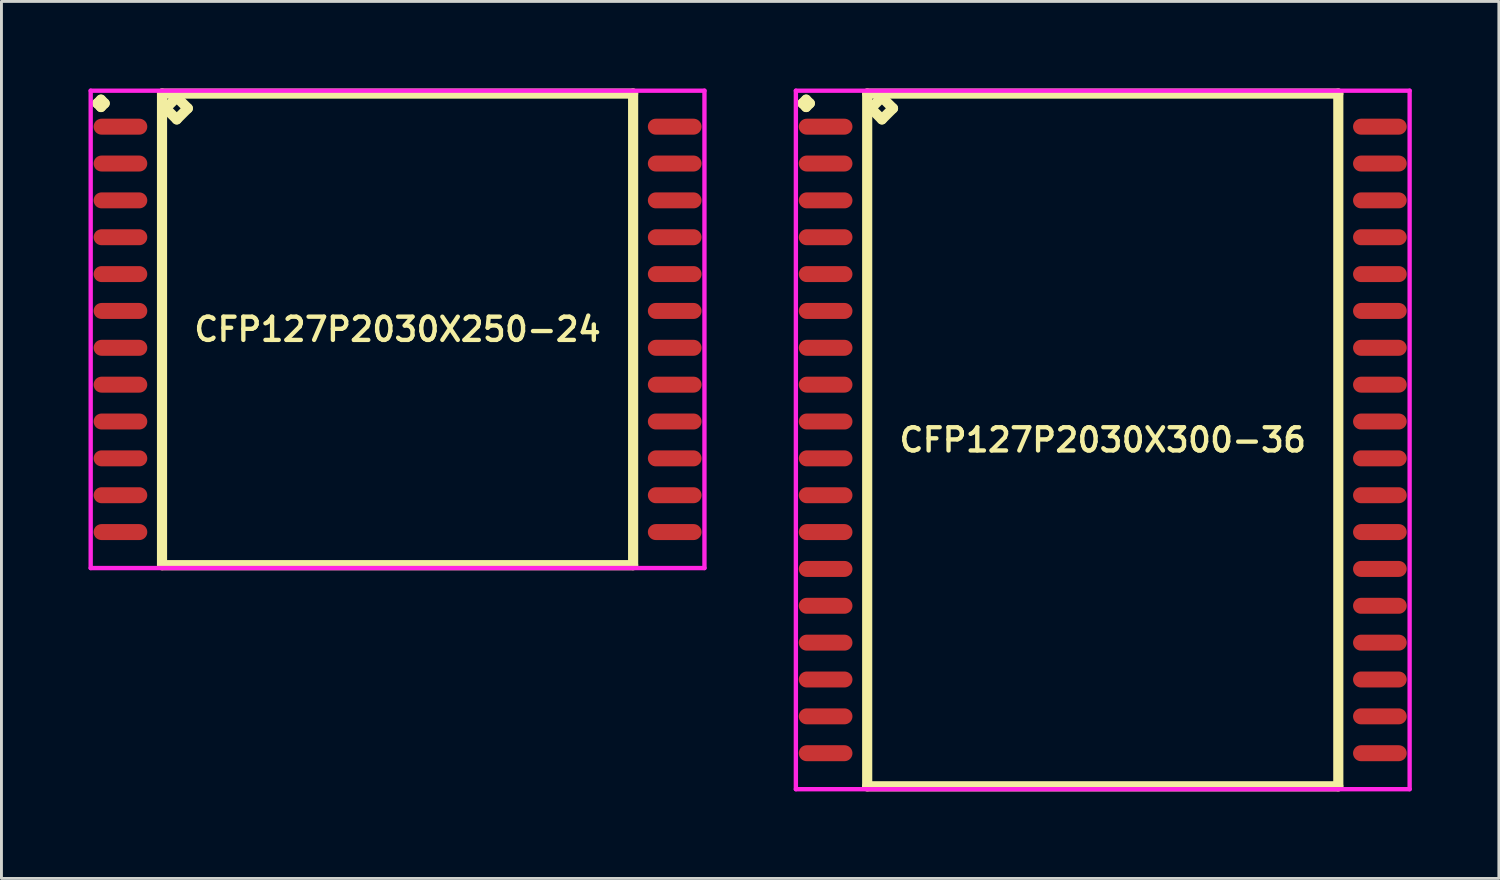
<source format=kicad_pcb>
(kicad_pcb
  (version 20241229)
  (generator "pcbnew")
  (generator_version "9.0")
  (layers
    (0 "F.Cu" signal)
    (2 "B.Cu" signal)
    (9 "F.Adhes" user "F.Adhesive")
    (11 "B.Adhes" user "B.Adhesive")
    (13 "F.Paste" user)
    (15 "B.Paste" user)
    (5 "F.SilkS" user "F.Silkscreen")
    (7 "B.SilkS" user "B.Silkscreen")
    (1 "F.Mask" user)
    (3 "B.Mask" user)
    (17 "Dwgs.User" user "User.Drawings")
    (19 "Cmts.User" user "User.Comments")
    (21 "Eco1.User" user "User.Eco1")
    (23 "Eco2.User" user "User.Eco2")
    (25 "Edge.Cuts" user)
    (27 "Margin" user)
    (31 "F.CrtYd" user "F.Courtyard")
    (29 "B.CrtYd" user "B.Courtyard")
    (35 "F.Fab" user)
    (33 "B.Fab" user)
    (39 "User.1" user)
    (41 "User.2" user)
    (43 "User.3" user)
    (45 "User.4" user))
  (footprint "CFP127P2030X300-36"
    (layer "F.Cu")
    (at 34.95 12.11)
    (property "Reference" "CFP127P2030X300-36" (at 0 0 0) (layer "F.SilkS") (effects (font (size 0.8 0.8) (thickness 0.15))))
    (attr smd)
    (fp_line (start -10.348 -11.599) (end -10.221 -11.726) (stroke (width 0.35) (type solid)) (layer "F.SilkS"))
    (fp_line (start -10.221 -11.726) (end -10.094 -11.599) (stroke (width 0.35) (type solid)) (layer "F.SilkS"))
    (fp_line (start -10.221 -11.472) (end -10.348 -11.599) (stroke (width 0.35) (type solid)) (layer "F.SilkS"))
    (fp_line (start -10.094 -11.599) (end -10.221 -11.472) (stroke (width 0.35) (type solid)) (layer "F.SilkS"))
    (fp_line (start -8.117 -11.935) (end -8.117 11.935) (stroke (width 0.35) (type solid)) (layer "F.SilkS"))
    (fp_line (start -8.117 11.935) (end 8.117 11.935) (stroke (width 0.35) (type solid)) (layer "F.SilkS"))
    (fp_line (start -7.99 -11.427) (end -7.609 -11.808) (stroke (width 0.35) (type solid)) (layer "F.SilkS"))
    (fp_line (start -7.609 -11.808) (end -7.228 -11.427) (stroke (width 0.35) (type solid)) (layer "F.SilkS"))
    (fp_line (start -7.609 -11.046) (end -7.99 -11.427) (stroke (width 0.35) (type solid)) (layer "F.SilkS"))
    (fp_line (start -7.228 -11.427) (end -7.609 -11.046) (stroke (width 0.35) (type solid)) (layer "F.SilkS"))
    (fp_line (start 8.117 -11.935) (end -8.117 -11.935) (stroke (width 0.35) (type solid)) (layer "F.SilkS"))
    (fp_line (start 8.117 11.935) (end 8.117 -11.935) (stroke (width 0.35) (type solid)) (layer "F.SilkS"))
    (fp_line (start -10.575 -12.035) (end 10.575 -12.035) (stroke (width 0.15) (type solid)) (layer "F.CrtYd"))
    (fp_line (start -10.575 12.035) (end -10.575 -12.035) (stroke (width 0.15) (type solid)) (layer "F.CrtYd"))
    (fp_line (start 10.575 -12.035) (end 10.575 12.035) (stroke (width 0.15) (type solid)) (layer "F.CrtYd"))
    (fp_line (start 10.575 12.035) (end -10.575 12.035) (stroke (width 0.15) (type solid)) (layer "F.CrtYd"))
    (pad "1" smd oval (at -9.55 -10.795) (size 1.85 0.55) (layers "F.Cu" "F.Mask" "F.Paste"))
    (pad "2" smd oval (at -9.55 -9.525) (size 1.85 0.55) (layers "F.Cu" "F.Mask" "F.Paste"))
    (pad "3" smd oval (at -9.55 -8.255) (size 1.85 0.55) (layers "F.Cu" "F.Mask" "F.Paste"))
    (pad "4" smd oval (at -9.55 -6.985) (size 1.85 0.55) (layers "F.Cu" "F.Mask" "F.Paste"))
    (pad "5" smd oval (at -9.55 -5.715) (size 1.85 0.55) (layers "F.Cu" "F.Mask" "F.Paste"))
    (pad "6" smd oval (at -9.55 -4.445) (size 1.85 0.55) (layers "F.Cu" "F.Mask" "F.Paste"))
    (pad "7" smd oval (at -9.55 -3.175) (size 1.85 0.55) (layers "F.Cu" "F.Mask" "F.Paste"))
    (pad "8" smd oval (at -9.55 -1.905) (size 1.85 0.55) (layers "F.Cu" "F.Mask" "F.Paste"))
    (pad "9" smd oval (at -9.55 -0.635) (size 1.85 0.55) (layers "F.Cu" "F.Mask" "F.Paste"))
    (pad "10" smd oval (at -9.55 0.635) (size 1.85 0.55) (layers "F.Cu" "F.Mask" "F.Paste"))
    (pad "11" smd oval (at -9.55 1.905) (size 1.85 0.55) (layers "F.Cu" "F.Mask" "F.Paste"))
    (pad "12" smd oval (at -9.55 3.175) (size 1.85 0.55) (layers "F.Cu" "F.Mask" "F.Paste"))
    (pad "13" smd oval (at -9.55 4.445) (size 1.85 0.55) (layers "F.Cu" "F.Mask" "F.Paste"))
    (pad "14" smd oval (at -9.55 5.715) (size 1.85 0.55) (layers "F.Cu" "F.Mask" "F.Paste"))
    (pad "15" smd oval (at -9.55 6.985) (size 1.85 0.55) (layers "F.Cu" "F.Mask" "F.Paste"))
    (pad "16" smd oval (at -9.55 8.255) (size 1.85 0.55) (layers "F.Cu" "F.Mask" "F.Paste"))
    (pad "17" smd oval (at -9.55 9.525) (size 1.85 0.55) (layers "F.Cu" "F.Mask" "F.Paste"))
    (pad "18" smd oval (at -9.55 10.795) (size 1.85 0.55) (layers "F.Cu" "F.Mask" "F.Paste"))
    (pad "19" smd oval (at 9.55 10.795) (size 1.85 0.55) (layers "F.Cu" "F.Mask" "F.Paste"))
    (pad "20" smd oval (at 9.55 9.525) (size 1.85 0.55) (layers "F.Cu" "F.Mask" "F.Paste"))
    (pad "21" smd oval (at 9.55 8.255) (size 1.85 0.55) (layers "F.Cu" "F.Mask" "F.Paste"))
    (pad "22" smd oval (at 9.55 6.985) (size 1.85 0.55) (layers "F.Cu" "F.Mask" "F.Paste"))
    (pad "23" smd oval (at 9.55 5.715) (size 1.85 0.55) (layers "F.Cu" "F.Mask" "F.Paste"))
    (pad "24" smd oval (at 9.55 4.445) (size 1.85 0.55) (layers "F.Cu" "F.Mask" "F.Paste"))
    (pad "25" smd oval (at 9.55 3.175) (size 1.85 0.55) (layers "F.Cu" "F.Mask" "F.Paste"))
    (pad "26" smd oval (at 9.55 1.905) (size 1.85 0.55) (layers "F.Cu" "F.Mask" "F.Paste"))
    (pad "27" smd oval (at 9.55 0.635) (size 1.85 0.55) (layers "F.Cu" "F.Mask" "F.Paste"))
    (pad "28" smd oval (at 9.55 -0.635) (size 1.85 0.55) (layers "F.Cu" "F.Mask" "F.Paste"))
    (pad "29" smd oval (at 9.55 -1.905) (size 1.85 0.55) (layers "F.Cu" "F.Mask" "F.Paste"))
    (pad "30" smd oval (at 9.55 -3.175) (size 1.85 0.55) (layers "F.Cu" "F.Mask" "F.Paste"))
    (pad "31" smd oval (at 9.55 -4.445) (size 1.85 0.55) (layers "F.Cu" "F.Mask" "F.Paste"))
    (pad "32" smd oval (at 9.55 -5.715) (size 1.85 0.55) (layers "F.Cu" "F.Mask" "F.Paste"))
    (pad "33" smd oval (at 9.55 -6.985) (size 1.85 0.55) (layers "F.Cu" "F.Mask" "F.Paste"))
    (pad "34" smd oval (at 9.55 -8.255) (size 1.85 0.55) (layers "F.Cu" "F.Mask" "F.Paste"))
    (pad "35" smd oval (at 9.55 -9.525) (size 1.85 0.55) (layers "F.Cu" "F.Mask" "F.Paste"))
    (pad "36" smd oval (at 9.55 -10.795) (size 1.85 0.55) (layers "F.Cu" "F.Mask" "F.Paste")))
  (footprint "CFP127P2030X250-24"
    (layer "F.Cu")
    (at 10.65 8.3)
    (property "Reference" "CFP127P2030X250-24" (at 0 0 0) (layer "F.SilkS") (effects (font (size 0.8 0.8) (thickness 0.15))))
    (attr smd)
    (fp_line (start -10.348 -7.789) (end -10.221 -7.916) (stroke (width 0.35) (type solid)) (layer "F.SilkS"))
    (fp_line (start -10.221 -7.916) (end -10.094 -7.789) (stroke (width 0.35) (type solid)) (layer "F.SilkS"))
    (fp_line (start -10.221 -7.662) (end -10.348 -7.789) (stroke (width 0.35) (type solid)) (layer "F.SilkS"))
    (fp_line (start -10.094 -7.789) (end -10.221 -7.662) (stroke (width 0.35) (type solid)) (layer "F.SilkS"))
    (fp_line (start -8.117 -8.125) (end -8.117 8.125) (stroke (width 0.35) (type solid)) (layer "F.SilkS"))
    (fp_line (start -8.117 8.125) (end 8.117 8.125) (stroke (width 0.35) (type solid)) (layer "F.SilkS"))
    (fp_line (start -7.99 -7.617) (end -7.609 -7.998) (stroke (width 0.35) (type solid)) (layer "F.SilkS"))
    (fp_line (start -7.609 -7.998) (end -7.228 -7.617) (stroke (width 0.35) (type solid)) (layer "F.SilkS"))
    (fp_line (start -7.609 -7.236) (end -7.99 -7.617) (stroke (width 0.35) (type solid)) (layer "F.SilkS"))
    (fp_line (start -7.228 -7.617) (end -7.609 -7.236) (stroke (width 0.35) (type solid)) (layer "F.SilkS"))
    (fp_line (start 8.117 -8.125) (end -8.117 -8.125) (stroke (width 0.35) (type solid)) (layer "F.SilkS"))
    (fp_line (start 8.117 8.125) (end 8.117 -8.125) (stroke (width 0.35) (type solid)) (layer "F.SilkS"))
    (fp_line (start -10.575 -8.225) (end 10.575 -8.225) (stroke (width 0.15) (type solid)) (layer "F.CrtYd"))
    (fp_line (start -10.575 8.225) (end -10.575 -8.225) (stroke (width 0.15) (type solid)) (layer "F.CrtYd"))
    (fp_line (start 10.575 -8.225) (end 10.575 8.225) (stroke (width 0.15) (type solid)) (layer "F.CrtYd"))
    (fp_line (start 10.575 8.225) (end -10.575 8.225) (stroke (width 0.15) (type solid)) (layer "F.CrtYd"))
    (pad "1" smd oval (at -9.55 -6.985) (size 1.85 0.55) (layers "F.Cu" "F.Mask" "F.Paste"))
    (pad "2" smd oval (at -9.55 -5.715) (size 1.85 0.55) (layers "F.Cu" "F.Mask" "F.Paste"))
    (pad "3" smd oval (at -9.55 -4.445) (size 1.85 0.55) (layers "F.Cu" "F.Mask" "F.Paste"))
    (pad "4" smd oval (at -9.55 -3.175) (size 1.85 0.55) (layers "F.Cu" "F.Mask" "F.Paste"))
    (pad "5" smd oval (at -9.55 -1.905) (size 1.85 0.55) (layers "F.Cu" "F.Mask" "F.Paste"))
    (pad "6" smd oval (at -9.55 -0.635) (size 1.85 0.55) (layers "F.Cu" "F.Mask" "F.Paste"))
    (pad "7" smd oval (at -9.55 0.635) (size 1.85 0.55) (layers "F.Cu" "F.Mask" "F.Paste"))
    (pad "8" smd oval (at -9.55 1.905) (size 1.85 0.55) (layers "F.Cu" "F.Mask" "F.Paste"))
    (pad "9" smd oval (at -9.55 3.175) (size 1.85 0.55) (layers "F.Cu" "F.Mask" "F.Paste"))
    (pad "10" smd oval (at -9.55 4.445) (size 1.85 0.55) (layers "F.Cu" "F.Mask" "F.Paste"))
    (pad "11" smd oval (at -9.55 5.715) (size 1.85 0.55) (layers "F.Cu" "F.Mask" "F.Paste"))
    (pad "12" smd oval (at -9.55 6.985) (size 1.85 0.55) (layers "F.Cu" "F.Mask" "F.Paste"))
    (pad "13" smd oval (at 9.55 6.985) (size 1.85 0.55) (layers "F.Cu" "F.Mask" "F.Paste"))
    (pad "14" smd oval (at 9.55 5.715) (size 1.85 0.55) (layers "F.Cu" "F.Mask" "F.Paste"))
    (pad "15" smd oval (at 9.55 4.445) (size 1.85 0.55) (layers "F.Cu" "F.Mask" "F.Paste"))
    (pad "16" smd oval (at 9.55 3.175) (size 1.85 0.55) (layers "F.Cu" "F.Mask" "F.Paste"))
    (pad "17" smd oval (at 9.55 1.905) (size 1.85 0.55) (layers "F.Cu" "F.Mask" "F.Paste"))
    (pad "18" smd oval (at 9.55 0.635) (size 1.85 0.55) (layers "F.Cu" "F.Mask" "F.Paste"))
    (pad "19" smd oval (at 9.55 -0.635) (size 1.85 0.55) (layers "F.Cu" "F.Mask" "F.Paste"))
    (pad "20" smd oval (at 9.55 -1.905) (size 1.85 0.55) (layers "F.Cu" "F.Mask" "F.Paste"))
    (pad "21" smd oval (at 9.55 -3.175) (size 1.85 0.55) (layers "F.Cu" "F.Mask" "F.Paste"))
    (pad "22" smd oval (at 9.55 -4.445) (size 1.85 0.55) (layers "F.Cu" "F.Mask" "F.Paste"))
    (pad "23" smd oval (at 9.55 -5.715) (size 1.85 0.55) (layers "F.Cu" "F.Mask" "F.Paste"))
    (pad "24" smd oval (at 9.55 -6.985) (size 1.85 0.55) (layers "F.Cu" "F.Mask" "F.Paste")))
  (gr_rect
    (start -3 -3)
    (end 48.6 27.22)
    (stroke (width 0.1) (type default))
    (fill no)
    (layer "Edge.Cuts")))
</source>
